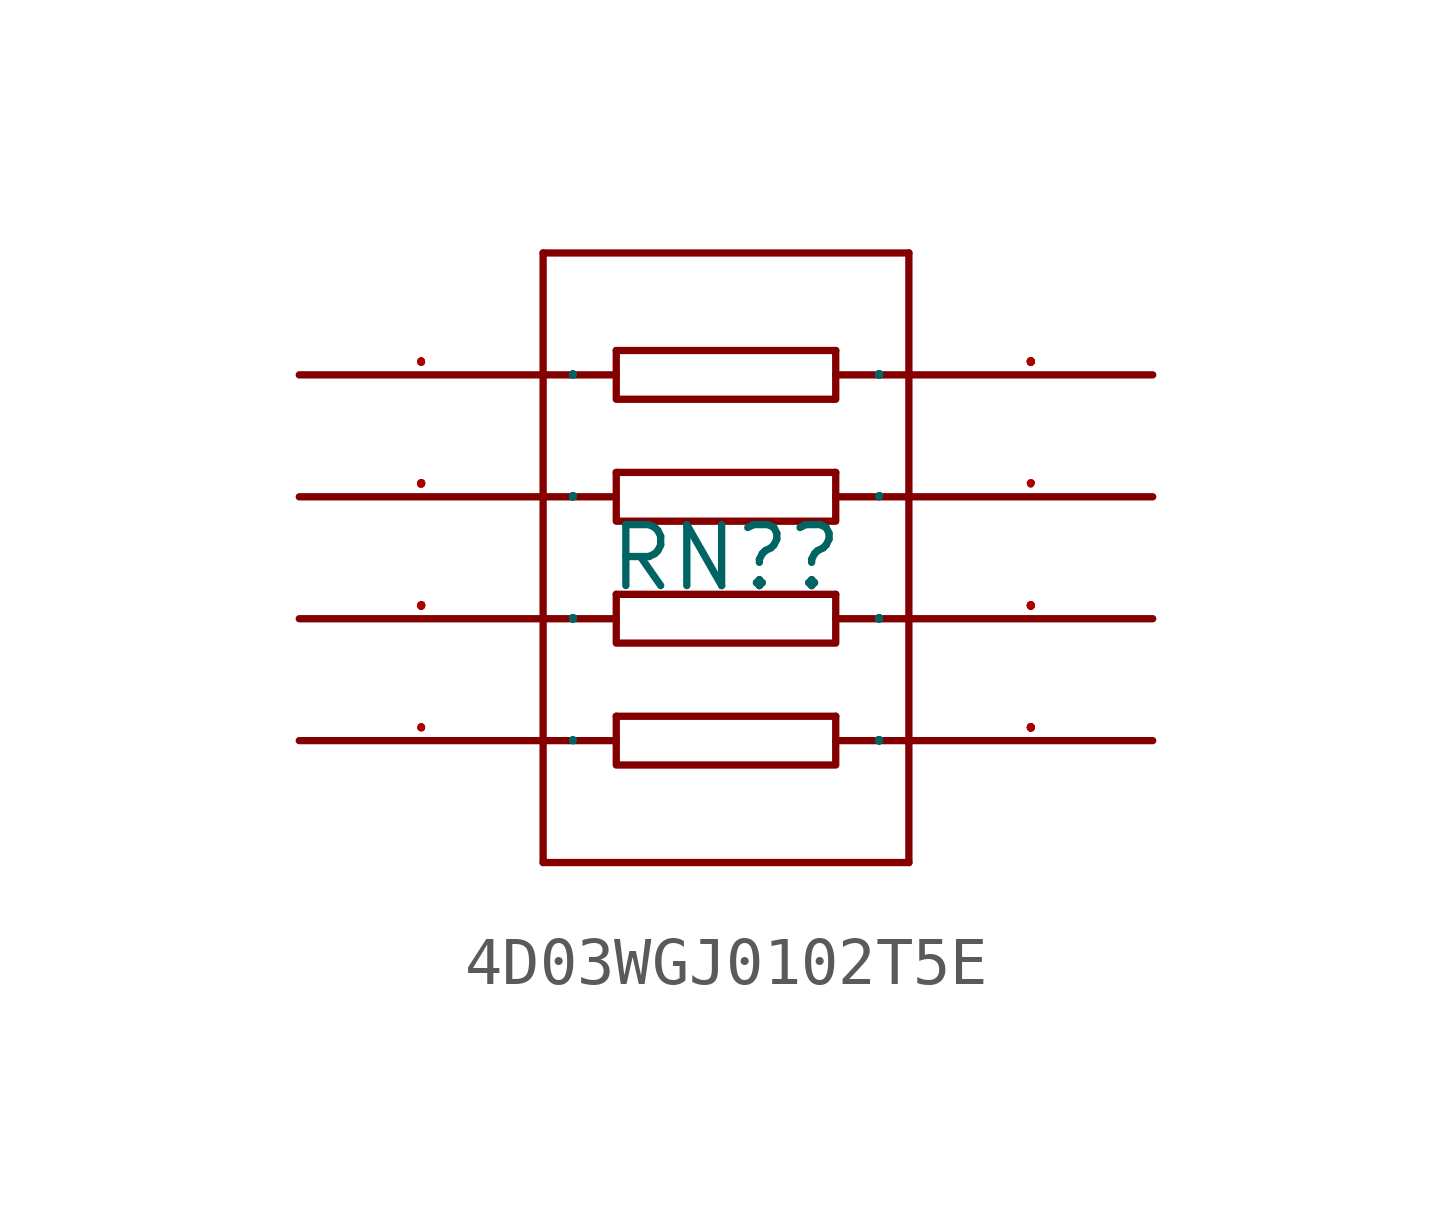
<source format=kicad_sym>
(kicad_symbol_lib
  (version 20231120)
  (generator "kicad_symbol_editor")
  (generator_version "8.0")
  (symbol "4D03WGJ0102T5E"
    (property "Reference" "RN?"
      (at 0 0 0)
      (effects (font (size 1.27 1.27))))
    (property "Value" ""
      (at 0 0 0)
      (effects (font (size 1.27 1.27))))
    (symbol "4D03WGJ0102T5E_1_0"
      (polyline (pts (xy -3.81 -6.35) (xy 3.81 -6.35)) (stroke (width 0) (type default)) (fill (type none)))
      (polyline (pts (xy -3.81 -3.81) (xy -2.286 -3.81)) (stroke (width 0) (type default)) (fill (type none)))
      (polyline (pts (xy -3.81 -1.27) (xy -2.286 -1.27)) (stroke (width 0) (type default)) (fill (type none)))
      (polyline (pts (xy -3.81 1.27) (xy -2.286 1.27)) (stroke (width 0) (type default)) (fill (type none)))
      (polyline (pts (xy -3.81 3.81) (xy -2.286 3.81)) (stroke (width 0) (type default)) (fill (type none)))
      (polyline (pts (xy -3.81 6.35) (xy -3.81 -6.35)) (stroke (width 0) (type default)) (fill (type none)))
      (polyline (pts (xy -3.81 6.35) (xy 3.81 6.35)) (stroke (width 0) (type default)) (fill (type none)))
      (polyline (pts (xy -2.286 -3.302) (xy 2.286 -3.302)) (stroke (width 0) (type default)) (fill (type none)))
      (polyline (pts (xy -2.286 -0.762) (xy 2.286 -0.762)) (stroke (width 0) (type default)) (fill (type none)))
      (polyline (pts (xy -2.286 1.778) (xy 2.286 1.778)) (stroke (width 0) (type default)) (fill (type none)))
      (polyline (pts (xy -2.286 4.318) (xy 2.286 4.318)) (stroke (width 0) (type default)) (fill (type none)))
      (polyline (pts (xy 2.286 -3.81) (xy 3.81 -3.81)) (stroke (width 0) (type default)) (fill (type none)))
      (polyline (pts (xy 2.286 -1.27) (xy 3.81 -1.27)) (stroke (width 0) (type default)) (fill (type none)))
      (polyline (pts (xy 2.286 1.27) (xy 3.81 1.27)) (stroke (width 0) (type default)) (fill (type none)))
      (polyline (pts (xy 2.286 3.81) (xy 3.81 3.81)) (stroke (width 0) (type default)) (fill (type none)))
      (polyline (pts (xy 3.81 6.35) (xy 3.81 -6.35)) (stroke (width 0) (type default)) (fill (type none)))
      (polyline (pts (xy -2.286 -3.302) (xy -2.286 -4.318) (xy -2.286 -4.318) (xy 2.286 -4.318) (xy 2.286 -4.318) (xy 2.286 -3.302)) (stroke (width 0) (type default)) (fill (type none)))
      (polyline (pts (xy -2.286 -0.762) (xy -2.286 -1.778) (xy -2.286 -1.778) (xy 2.286 -1.778) (xy 2.286 -1.778) (xy 2.286 -0.762)) (stroke (width 0) (type default)) (fill (type none)))
      (polyline (pts (xy -2.286 1.778) (xy -2.286 0.762) (xy -2.286 0.762) (xy 2.286 0.762) (xy 2.286 0.762) (xy 2.286 1.778)) (stroke (width 0) (type default)) (fill (type none)))
      (polyline (pts (xy -2.286 4.318) (xy -2.286 3.302) (xy -2.286 3.302) (xy 2.286 3.302) (xy 2.286 3.302) (xy 2.286 4.318)) (stroke (width 0) (type default)) (fill (type none)))
      (pin input line (at -8.89 3.81 0) (length 5.08) (name "1" (effects (font (size 0.025 0.025)))) (number "1" (effects (font (size 0.025 0.025)))))
      (pin input line (at -8.89 1.27 0) (length 5.08) (name "2" (effects (font (size 0.025 0.025)))) (number "2" (effects (font (size 0.025 0.025)))))
      (pin input line (at -8.89 -1.27 0) (length 5.08) (name "3" (effects (font (size 0.025 0.025)))) (number "3" (effects (font (size 0.025 0.025)))))
      (pin input line (at -8.89 -3.81 0) (length 5.08) (name "4" (effects (font (size 0.025 0.025)))) (number "4" (effects (font (size 0.025 0.025)))))
      (pin input line (at 8.89 -3.81 180) (length 5.08) (name "5" (effects (font (size 0.025 0.025)))) (number "5" (effects (font (size 0.025 0.025)))))
      (pin input line (at 8.89 -1.27 180) (length 5.08) (name "6" (effects (font (size 0.025 0.025)))) (number "6" (effects (font (size 0.025 0.025)))))
      (pin input line (at 8.89 1.27 180) (length 5.08) (name "7" (effects (font (size 0.025 0.025)))) (number "7" (effects (font (size 0.025 0.025)))))
      (pin input line (at 8.89 3.81 180) (length 5.08) (name "8" (effects (font (size 0.025 0.025)))) (number "8" (effects (font (size 0.025 0.025))))))))
</source>
